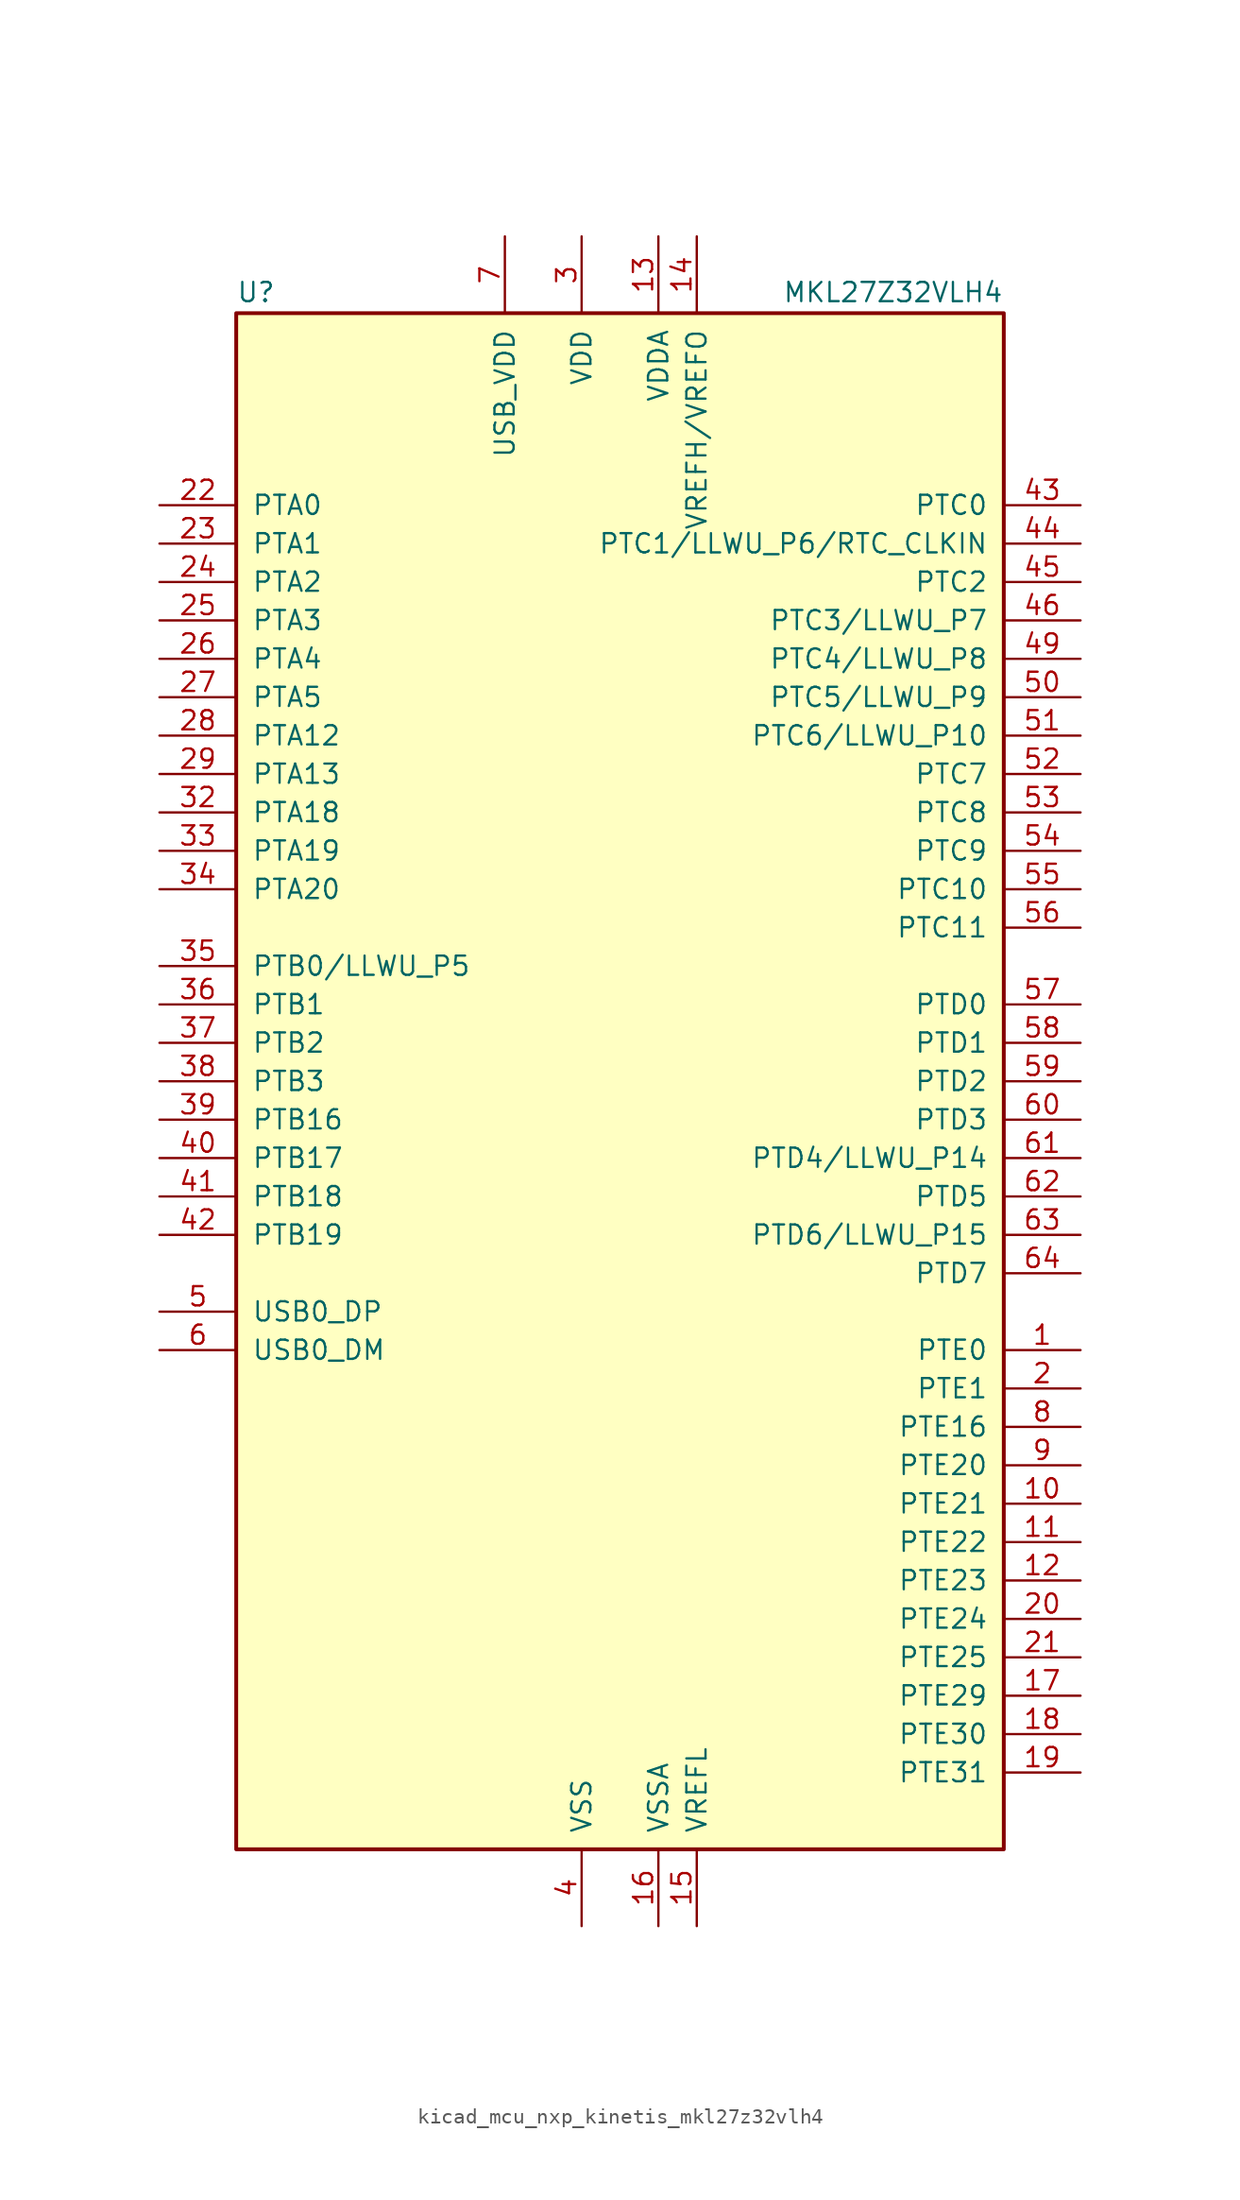
<source format=kicad_sym>
(kicad_symbol_lib
  (version 20220914)
  (generator kicad_symbol_editor)
  (symbol "kicad_mcu_nxp_kinetis_mkl27z32vlh4"
    (pin_names
      (offset 1.016))
    (property "Reference" "U"
      (at -25.4 51.435 0)
      (effects (font (size 1.27 1.27)) (justify left bottom)))
    (property "Value" "MKL27Z32VLH4"
      (at 25.4 51.435 0)
      (effects (font (size 1.27 1.27)) (justify right bottom)))
    (symbol "kicad_mcu_nxp_kinetis_mkl27z32vlh4_0_1"
      (rectangle (start -25.4 50.8) (end 25.4 -50.8) (stroke (width 0.254) (type default)) (fill (type background))))
    (symbol "kicad_mcu_nxp_kinetis_mkl27z32vlh4_1_1"
      (pin bidirectional line (at 30.48 -17.78 180) (length 5.08) (name "PTE0" (effects (font (size 1.27 1.27)))) (number "1" (effects (font (size 1.27 1.27)))))
      (pin bidirectional line (at 30.48 -27.94 180) (length 5.08) (name "PTE21" (effects (font (size 1.27 1.27)))) (number "10" (effects (font (size 1.27 1.27)))))
      (pin bidirectional line (at 30.48 -30.48 180) (length 5.08) (name "PTE22" (effects (font (size 1.27 1.27)))) (number "11" (effects (font (size 1.27 1.27)))))
      (pin bidirectional line (at 30.48 -33.02 180) (length 5.08) (name "PTE23" (effects (font (size 1.27 1.27)))) (number "12" (effects (font (size 1.27 1.27)))))
      (pin power_in line (at 2.54 55.88 270) (length 5.08) (name "VDDA" (effects (font (size 1.27 1.27)))) (number "13" (effects (font (size 1.27 1.27)))))
      (pin power_in line (at 5.08 55.88 270) (length 5.08) (name "VREFH/VREFO" (effects (font (size 1.27 1.27)))) (number "14" (effects (font (size 1.27 1.27)))))
      (pin power_in line (at 5.08 -55.88 90) (length 5.08) (name "VREFL" (effects (font (size 1.27 1.27)))) (number "15" (effects (font (size 1.27 1.27)))))
      (pin power_in line (at 2.54 -55.88 90) (length 5.08) (name "VSSA" (effects (font (size 1.27 1.27)))) (number "16" (effects (font (size 1.27 1.27)))))
      (pin bidirectional line (at 30.48 -40.64 180) (length 5.08) (name "PTE29" (effects (font (size 1.27 1.27)))) (number "17" (effects (font (size 1.27 1.27)))))
      (pin bidirectional line (at 30.48 -43.18 180) (length 5.08) (name "PTE30" (effects (font (size 1.27 1.27)))) (number "18" (effects (font (size 1.27 1.27)))))
      (pin bidirectional line (at 30.48 -45.72 180) (length 5.08) (name "PTE31" (effects (font (size 1.27 1.27)))) (number "19" (effects (font (size 1.27 1.27)))))
      (pin bidirectional line (at 30.48 -20.32 180) (length 5.08) (name "PTE1" (effects (font (size 1.27 1.27)))) (number "2" (effects (font (size 1.27 1.27)))))
      (pin bidirectional line (at 30.48 -35.56 180) (length 5.08) (name "PTE24" (effects (font (size 1.27 1.27)))) (number "20" (effects (font (size 1.27 1.27)))))
      (pin bidirectional line (at 30.48 -38.1 180) (length 5.08) (name "PTE25" (effects (font (size 1.27 1.27)))) (number "21" (effects (font (size 1.27 1.27)))))
      (pin bidirectional line (at -30.48 38.1 0) (length 5.08) (name "PTA0" (effects (font (size 1.27 1.27)))) (number "22" (effects (font (size 1.27 1.27)))))
      (pin bidirectional line (at -30.48 35.56 0) (length 5.08) (name "PTA1" (effects (font (size 1.27 1.27)))) (number "23" (effects (font (size 1.27 1.27)))))
      (pin bidirectional line (at -30.48 33.02 0) (length 5.08) (name "PTA2" (effects (font (size 1.27 1.27)))) (number "24" (effects (font (size 1.27 1.27)))))
      (pin bidirectional line (at -30.48 30.48 0) (length 5.08) (name "PTA3" (effects (font (size 1.27 1.27)))) (number "25" (effects (font (size 1.27 1.27)))))
      (pin bidirectional line (at -30.48 27.94 0) (length 5.08) (name "PTA4" (effects (font (size 1.27 1.27)))) (number "26" (effects (font (size 1.27 1.27)))))
      (pin bidirectional line (at -30.48 25.4 0) (length 5.08) (name "PTA5" (effects (font (size 1.27 1.27)))) (number "27" (effects (font (size 1.27 1.27)))))
      (pin bidirectional line (at -30.48 22.86 0) (length 5.08) (name "PTA12" (effects (font (size 1.27 1.27)))) (number "28" (effects (font (size 1.27 1.27)))))
      (pin bidirectional line (at -30.48 20.32 0) (length 5.08) (name "PTA13" (effects (font (size 1.27 1.27)))) (number "29" (effects (font (size 1.27 1.27)))))
      (pin power_in line (at -2.54 55.88 270) (length 5.08) (name "VDD" (effects (font (size 1.27 1.27)))) (number "3" (effects (font (size 1.27 1.27)))))
      (pin passive line (at -2.54 55.88 270) (length 5.08) hide (name "VDD" (effects (font (size 1.27 1.27)))) (number "30" (effects (font (size 1.27 1.27)))))
      (pin passive line (at -2.54 -55.88 90) (length 5.08) hide (name "VSS" (effects (font (size 1.27 1.27)))) (number "31" (effects (font (size 1.27 1.27)))))
      (pin bidirectional line (at -30.48 17.78 0) (length 5.08) (name "PTA18" (effects (font (size 1.27 1.27)))) (number "32" (effects (font (size 1.27 1.27)))))
      (pin bidirectional line (at -30.48 15.24 0) (length 5.08) (name "PTA19" (effects (font (size 1.27 1.27)))) (number "33" (effects (font (size 1.27 1.27)))))
      (pin bidirectional line (at -30.48 12.7 0) (length 5.08) (name "PTA20" (effects (font (size 1.27 1.27)))) (number "34" (effects (font (size 1.27 1.27)))))
      (pin bidirectional line (at -30.48 7.62 0) (length 5.08) (name "PTB0/LLWU_P5" (effects (font (size 1.27 1.27)))) (number "35" (effects (font (size 1.27 1.27)))))
      (pin bidirectional line (at -30.48 5.08 0) (length 5.08) (name "PTB1" (effects (font (size 1.27 1.27)))) (number "36" (effects (font (size 1.27 1.27)))))
      (pin bidirectional line (at -30.48 2.54 0) (length 5.08) (name "PTB2" (effects (font (size 1.27 1.27)))) (number "37" (effects (font (size 1.27 1.27)))))
      (pin bidirectional line (at -30.48 0 0) (length 5.08) (name "PTB3" (effects (font (size 1.27 1.27)))) (number "38" (effects (font (size 1.27 1.27)))))
      (pin bidirectional line (at -30.48 -2.54 0) (length 5.08) (name "PTB16" (effects (font (size 1.27 1.27)))) (number "39" (effects (font (size 1.27 1.27)))))
      (pin power_in line (at -2.54 -55.88 90) (length 5.08) (name "VSS" (effects (font (size 1.27 1.27)))) (number "4" (effects (font (size 1.27 1.27)))))
      (pin bidirectional line (at -30.48 -5.08 0) (length 5.08) (name "PTB17" (effects (font (size 1.27 1.27)))) (number "40" (effects (font (size 1.27 1.27)))))
      (pin bidirectional line (at -30.48 -7.62 0) (length 5.08) (name "PTB18" (effects (font (size 1.27 1.27)))) (number "41" (effects (font (size 1.27 1.27)))))
      (pin bidirectional line (at -30.48 -10.16 0) (length 5.08) (name "PTB19" (effects (font (size 1.27 1.27)))) (number "42" (effects (font (size 1.27 1.27)))))
      (pin bidirectional line (at 30.48 38.1 180) (length 5.08) (name "PTC0" (effects (font (size 1.27 1.27)))) (number "43" (effects (font (size 1.27 1.27)))))
      (pin bidirectional line (at 30.48 35.56 180) (length 5.08) (name "PTC1/LLWU_P6/RTC_CLKIN" (effects (font (size 1.27 1.27)))) (number "44" (effects (font (size 1.27 1.27)))))
      (pin bidirectional line (at 30.48 33.02 180) (length 5.08) (name "PTC2" (effects (font (size 1.27 1.27)))) (number "45" (effects (font (size 1.27 1.27)))))
      (pin bidirectional line (at 30.48 30.48 180) (length 5.08) (name "PTC3/LLWU_P7" (effects (font (size 1.27 1.27)))) (number "46" (effects (font (size 1.27 1.27)))))
      (pin passive line (at -2.54 -55.88 90) (length 5.08) hide (name "VSS" (effects (font (size 1.27 1.27)))) (number "47" (effects (font (size 1.27 1.27)))))
      (pin passive line (at -2.54 55.88 270) (length 5.08) hide (name "VDD" (effects (font (size 1.27 1.27)))) (number "48" (effects (font (size 1.27 1.27)))))
      (pin bidirectional line (at 30.48 27.94 180) (length 5.08) (name "PTC4/LLWU_P8" (effects (font (size 1.27 1.27)))) (number "49" (effects (font (size 1.27 1.27)))))
      (pin bidirectional line (at -30.48 -15.24 0) (length 5.08) (name "USB0_DP" (effects (font (size 1.27 1.27)))) (number "5" (effects (font (size 1.27 1.27)))))
      (pin bidirectional line (at 30.48 25.4 180) (length 5.08) (name "PTC5/LLWU_P9" (effects (font (size 1.27 1.27)))) (number "50" (effects (font (size 1.27 1.27)))))
      (pin bidirectional line (at 30.48 22.86 180) (length 5.08) (name "PTC6/LLWU_P10" (effects (font (size 1.27 1.27)))) (number "51" (effects (font (size 1.27 1.27)))))
      (pin bidirectional line (at 30.48 20.32 180) (length 5.08) (name "PTC7" (effects (font (size 1.27 1.27)))) (number "52" (effects (font (size 1.27 1.27)))))
      (pin bidirectional line (at 30.48 17.78 180) (length 5.08) (name "PTC8" (effects (font (size 1.27 1.27)))) (number "53" (effects (font (size 1.27 1.27)))))
      (pin bidirectional line (at 30.48 15.24 180) (length 5.08) (name "PTC9" (effects (font (size 1.27 1.27)))) (number "54" (effects (font (size 1.27 1.27)))))
      (pin bidirectional line (at 30.48 12.7 180) (length 5.08) (name "PTC10" (effects (font (size 1.27 1.27)))) (number "55" (effects (font (size 1.27 1.27)))))
      (pin bidirectional line (at 30.48 10.16 180) (length 5.08) (name "PTC11" (effects (font (size 1.27 1.27)))) (number "56" (effects (font (size 1.27 1.27)))))
      (pin bidirectional line (at 30.48 5.08 180) (length 5.08) (name "PTD0" (effects (font (size 1.27 1.27)))) (number "57" (effects (font (size 1.27 1.27)))))
      (pin bidirectional line (at 30.48 2.54 180) (length 5.08) (name "PTD1" (effects (font (size 1.27 1.27)))) (number "58" (effects (font (size 1.27 1.27)))))
      (pin bidirectional line (at 30.48 0 180) (length 5.08) (name "PTD2" (effects (font (size 1.27 1.27)))) (number "59" (effects (font (size 1.27 1.27)))))
      (pin bidirectional line (at -30.48 -17.78 0) (length 5.08) (name "USB0_DM" (effects (font (size 1.27 1.27)))) (number "6" (effects (font (size 1.27 1.27)))))
      (pin bidirectional line (at 30.48 -2.54 180) (length 5.08) (name "PTD3" (effects (font (size 1.27 1.27)))) (number "60" (effects (font (size 1.27 1.27)))))
      (pin bidirectional line (at 30.48 -5.08 180) (length 5.08) (name "PTD4/LLWU_P14" (effects (font (size 1.27 1.27)))) (number "61" (effects (font (size 1.27 1.27)))))
      (pin bidirectional line (at 30.48 -7.62 180) (length 5.08) (name "PTD5" (effects (font (size 1.27 1.27)))) (number "62" (effects (font (size 1.27 1.27)))))
      (pin bidirectional line (at 30.48 -10.16 180) (length 5.08) (name "PTD6/LLWU_P15" (effects (font (size 1.27 1.27)))) (number "63" (effects (font (size 1.27 1.27)))))
      (pin bidirectional line (at 30.48 -12.7 180) (length 5.08) (name "PTD7" (effects (font (size 1.27 1.27)))) (number "64" (effects (font (size 1.27 1.27)))))
      (pin power_in line (at -7.62 55.88 270) (length 5.08) (name "USB_VDD" (effects (font (size 1.27 1.27)))) (number "7" (effects (font (size 1.27 1.27)))))
      (pin bidirectional line (at 30.48 -22.86 180) (length 5.08) (name "PTE16" (effects (font (size 1.27 1.27)))) (number "8" (effects (font (size 1.27 1.27)))))
      (pin bidirectional line (at 30.48 -25.4 180) (length 5.08) (name "PTE20" (effects (font (size 1.27 1.27)))) (number "9" (effects (font (size 1.27 1.27))))))))
</source>
